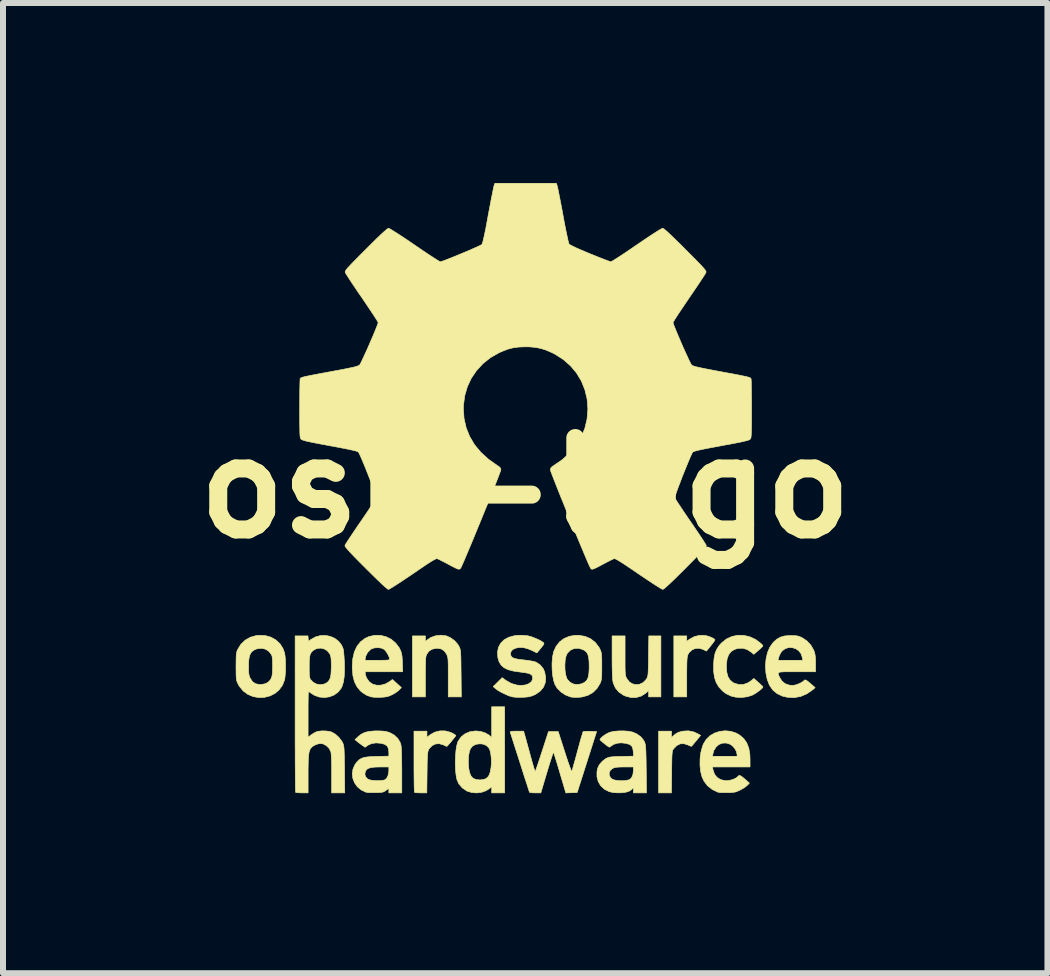
<source format=kicad_pcb>
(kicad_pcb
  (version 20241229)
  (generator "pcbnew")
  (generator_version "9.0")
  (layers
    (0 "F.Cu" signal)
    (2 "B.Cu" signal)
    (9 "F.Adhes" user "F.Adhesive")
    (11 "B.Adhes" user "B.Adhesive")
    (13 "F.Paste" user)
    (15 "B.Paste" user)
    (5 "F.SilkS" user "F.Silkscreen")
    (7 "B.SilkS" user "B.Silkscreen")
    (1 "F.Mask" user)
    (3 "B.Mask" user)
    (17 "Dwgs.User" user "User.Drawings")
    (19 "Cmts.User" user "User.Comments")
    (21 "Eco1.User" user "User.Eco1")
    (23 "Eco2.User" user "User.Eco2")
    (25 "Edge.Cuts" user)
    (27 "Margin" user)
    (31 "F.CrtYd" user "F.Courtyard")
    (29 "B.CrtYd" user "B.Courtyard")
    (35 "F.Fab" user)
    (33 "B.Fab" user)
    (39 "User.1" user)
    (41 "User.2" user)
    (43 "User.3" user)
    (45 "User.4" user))
  (footprint "osh-logo"
    (layer "F.Cu")
    (at 5.704 5.085)
    (property "Reference" "osh-logo" (at 0 0 0) (layer "F.SilkS") (effects (font (size 1.524 1.524) (thickness 0.3))))
    (attr through_hole)
    (fp_poly (pts (xy 3.019 2.461) (xy 3.066 2.474) (xy 3.11 2.492) (xy 3.144 2.51) (xy 3.161 2.526) (xy 3.162 2.53) (xy 3.155 2.545) (xy 3.134 2.575) (xy 3.105 2.613) (xy 3.091 2.63) (xy 3.02 2.717) (xy 2.968 2.691) (xy 2.903 2.67) (xy 2.839 2.673) (xy 2.781 2.696) (xy 2.733 2.74) (xy 2.715 2.77) (xy 2.708 2.785) (xy 2.703 2.806) (xy 2.699 2.833) (xy 2.696 2.871) (xy 2.694 2.922) (xy 2.693 2.991) (xy 2.692 3.08) (xy 2.692 3.146) (xy 2.692 3.48) (xy 2.477 3.48) (xy 2.477 2.464) (xy 2.692 2.464) (xy 2.692 2.553) (xy 2.743 2.517) (xy 2.822 2.474) (xy 2.911 2.454) (xy 2.975 2.454) (xy 3.019 2.461)) (stroke (width 0.01) (type solid)) (fill yes) (layer "F.SilkS"))
    (fp_poly (pts (xy 2.808 4.064) (xy 2.875 4.094) (xy 2.923 4.123) (xy 2.85 4.211) (xy 2.817 4.251) (xy 2.791 4.282) (xy 2.775 4.301) (xy 2.772 4.304) (xy 2.76 4.302) (xy 2.732 4.291) (xy 2.71 4.281) (xy 2.645 4.26) (xy 2.583 4.263) (xy 2.525 4.292) (xy 2.473 4.346) (xy 2.471 4.348) (xy 2.463 4.36) (xy 2.457 4.374) (xy 2.452 4.393) (xy 2.449 4.42) (xy 2.446 4.459) (xy 2.444 4.512) (xy 2.443 4.583) (xy 2.441 4.675) (xy 2.441 4.732) (xy 2.437 5.08) (xy 2.223 5.08) (xy 2.223 4.051) (xy 2.438 4.051) (xy 2.438 4.158) (xy 2.473 4.125) (xy 2.514 4.092) (xy 2.556 4.07) (xy 2.611 4.055) (xy 2.632 4.051) (xy 2.72 4.046) (xy 2.808 4.064)) (stroke (width 0.01) (type solid)) (fill yes) (layer "F.SilkS"))
    (fp_poly (pts (xy 1.664 2.792) (xy 1.664 2.892) (xy 1.664 2.97) (xy 1.665 3.03) (xy 1.667 3.074) (xy 1.67 3.106) (xy 1.674 3.13) (xy 1.68 3.149) (xy 1.688 3.166) (xy 1.693 3.175) (xy 1.733 3.228) (xy 1.785 3.262) (xy 1.843 3.276) (xy 1.903 3.27) (xy 1.96 3.245) (xy 2.008 3.199) (xy 2.025 3.175) (xy 2.033 3.16) (xy 2.039 3.143) (xy 2.044 3.12) (xy 2.048 3.089) (xy 2.05 3.046) (xy 2.052 2.988) (xy 2.054 2.912) (xy 2.055 2.814) (xy 2.055 2.797) (xy 2.06 2.464) (xy 2.261 2.464) (xy 2.261 3.48) (xy 2.057 3.48) (xy 2.057 3.376) (xy 2.007 3.42) (xy 1.934 3.466) (xy 1.852 3.49) (xy 1.765 3.491) (xy 1.677 3.469) (xy 1.636 3.451) (xy 1.559 3.398) (xy 1.503 3.331) (xy 1.467 3.249) (xy 1.462 3.225) (xy 1.458 3.193) (xy 1.454 3.139) (xy 1.451 3.067) (xy 1.449 2.98) (xy 1.448 2.881) (xy 1.448 2.812) (xy 1.448 2.464) (xy 1.664 2.464) (xy 1.664 2.792)) (stroke (width 0.01) (type solid)) (fill yes) (layer "F.SilkS"))
    (fp_poly (pts (xy -1.335 4.047) (xy -1.25 4.069) (xy -1.222 4.081) (xy -1.187 4.101) (xy -1.163 4.116) (xy -1.156 4.122) (xy -1.163 4.135) (xy -1.183 4.161) (xy -1.21 4.195) (xy -1.24 4.232) (xy -1.269 4.266) (xy -1.293 4.292) (xy -1.306 4.305) (xy -1.307 4.305) (xy -1.321 4.3) (xy -1.35 4.287) (xy -1.368 4.279) (xy -1.433 4.26) (xy -1.495 4.265) (xy -1.552 4.293) (xy -1.599 4.342) (xy -1.61 4.36) (xy -1.617 4.376) (xy -1.622 4.396) (xy -1.626 4.424) (xy -1.629 4.464) (xy -1.632 4.518) (xy -1.634 4.589) (xy -1.635 4.681) (xy -1.636 4.74) (xy -1.64 5.08) (xy -1.739 5.08) (xy -1.787 5.079) (xy -1.824 5.076) (xy -1.844 5.072) (xy -1.846 5.072) (xy -1.848 5.057) (xy -1.849 5.021) (xy -1.851 4.964) (xy -1.852 4.89) (xy -1.853 4.802) (xy -1.854 4.702) (xy -1.854 4.593) (xy -1.854 4.557) (xy -1.854 4.051) (xy -1.638 4.051) (xy -1.638 4.153) (xy -1.581 4.109) (xy -1.507 4.068) (xy -1.423 4.047) (xy -1.335 4.047)) (stroke (width 0.01) (type solid)) (fill yes) (layer "F.SilkS"))
    (fp_poly (pts (xy -1.328 2.461) (xy -1.313 2.464) (xy -1.244 2.495) (xy -1.178 2.543) (xy -1.125 2.603) (xy -1.105 2.636) (xy -1.096 2.654) (xy -1.089 2.672) (xy -1.083 2.691) (xy -1.079 2.716) (xy -1.076 2.749) (xy -1.074 2.794) (xy -1.072 2.853) (xy -1.071 2.93) (xy -1.07 3.028) (xy -1.069 3.089) (xy -1.065 3.48) (xy -1.283 3.48) (xy -1.283 3.152) (xy -1.283 3.052) (xy -1.283 2.974) (xy -1.284 2.915) (xy -1.286 2.87) (xy -1.289 2.837) (xy -1.294 2.813) (xy -1.3 2.794) (xy -1.307 2.776) (xy -1.311 2.768) (xy -1.35 2.713) (xy -1.401 2.681) (xy -1.466 2.67) (xy -1.49 2.671) (xy -1.557 2.687) (xy -1.609 2.723) (xy -1.641 2.77) (xy -1.648 2.785) (xy -1.654 2.806) (xy -1.658 2.833) (xy -1.66 2.871) (xy -1.662 2.922) (xy -1.663 2.991) (xy -1.664 3.08) (xy -1.664 3.146) (xy -1.664 3.48) (xy -1.88 3.48) (xy -1.88 2.464) (xy -1.664 2.464) (xy -1.664 2.557) (xy -1.635 2.531) (xy -1.572 2.489) (xy -1.494 2.462) (xy -1.41 2.452) (xy -1.328 2.461)) (stroke (width 0.01) (type solid)) (fill yes) (layer "F.SilkS"))
    (fp_poly (pts (xy 3.643 2.455) (xy 3.742 2.478) (xy 3.838 2.522) (xy 3.926 2.588) (xy 3.927 2.589) (xy 3.95 2.612) (xy 3.962 2.628) (xy 3.962 2.63) (xy 3.953 2.642) (xy 3.93 2.666) (xy 3.896 2.697) (xy 3.886 2.705) (xy 3.81 2.771) (xy 3.769 2.736) (xy 3.697 2.69) (xy 3.622 2.669) (xy 3.544 2.672) (xy 3.485 2.691) (xy 3.429 2.727) (xy 3.39 2.779) (xy 3.365 2.848) (xy 3.354 2.937) (xy 3.353 2.972) (xy 3.359 3.067) (xy 3.379 3.143) (xy 3.414 3.2) (xy 3.464 3.242) (xy 3.485 3.252) (xy 3.562 3.275) (xy 3.64 3.272) (xy 3.715 3.245) (xy 3.769 3.208) (xy 3.81 3.173) (xy 3.886 3.239) (xy 3.922 3.272) (xy 3.949 3.298) (xy 3.962 3.314) (xy 3.962 3.316) (xy 3.952 3.332) (xy 3.926 3.357) (xy 3.888 3.386) (xy 3.846 3.416) (xy 3.803 3.442) (xy 3.785 3.451) (xy 3.702 3.478) (xy 3.607 3.49) (xy 3.51 3.485) (xy 3.433 3.467) (xy 3.347 3.426) (xy 3.29 3.383) (xy 3.228 3.316) (xy 3.183 3.241) (xy 3.154 3.154) (xy 3.14 3.051) (xy 3.14 2.933) (xy 3.148 2.833) (xy 3.165 2.752) (xy 3.193 2.685) (xy 3.233 2.624) (xy 3.275 2.578) (xy 3.356 2.514) (xy 3.446 2.473) (xy 3.543 2.453) (xy 3.643 2.455)) (stroke (width 0.01) (type solid)) (fill yes) (layer "F.SilkS"))
    (fp_poly (pts (xy -0.343 5.08) (xy -0.559 5.08) (xy -0.559 4.974) (xy -0.587 5.001) (xy -0.65 5.043) (xy -0.726 5.07) (xy -0.809 5.081) (xy -0.893 5.074) (xy -0.97 5.05) (xy -0.975 5.047) (xy -1.049 4.997) (xy -1.105 4.931) (xy -1.136 4.865) (xy -1.15 4.804) (xy -1.159 4.728) (xy -1.164 4.64) (xy -1.164 4.588) (xy -0.948 4.588) (xy -0.943 4.662) (xy -0.928 4.741) (xy -0.904 4.798) (xy -0.87 4.836) (xy -0.822 4.857) (xy -0.759 4.864) (xy -0.758 4.864) (xy -0.713 4.86) (xy -0.673 4.85) (xy -0.662 4.846) (xy -0.626 4.82) (xy -0.601 4.784) (xy -0.583 4.731) (xy -0.57 4.661) (xy -0.564 4.588) (xy -0.565 4.513) (xy -0.572 4.442) (xy -0.584 4.381) (xy -0.601 4.339) (xy -0.602 4.337) (xy -0.644 4.292) (xy -0.699 4.268) (xy -0.756 4.262) (xy -0.823 4.271) (xy -0.876 4.299) (xy -0.909 4.337) (xy -0.927 4.379) (xy -0.94 4.439) (xy -0.947 4.511) (xy -0.948 4.588) (xy -1.164 4.588) (xy -1.165 4.548) (xy -1.161 4.456) (xy -1.154 4.37) (xy -1.142 4.296) (xy -1.127 4.238) (xy -1.119 4.22) (xy -1.069 4.148) (xy -1.003 4.095) (xy -0.922 4.061) (xy -0.829 4.048) (xy -0.826 4.048) (xy -0.743 4.056) (xy -0.665 4.081) (xy -0.6 4.119) (xy -0.588 4.13) (xy -0.559 4.157) (xy -0.559 3.645) (xy -0.343 3.645) (xy -0.343 5.08)) (stroke (width 0.01) (type solid)) (fill yes) (layer "F.SilkS"))
    (fp_poly (pts (xy 3.426 4.054) (xy 3.516 4.084) (xy 3.571 4.115) (xy 3.64 4.173) (xy 3.692 4.246) (xy 3.726 4.334) (xy 3.744 4.44) (xy 3.747 4.515) (xy 3.747 4.648) (xy 3.121 4.648) (xy 3.13 4.696) (xy 3.155 4.768) (xy 3.198 4.823) (xy 3.257 4.859) (xy 3.331 4.876) (xy 3.355 4.877) (xy 3.415 4.87) (xy 3.473 4.852) (xy 3.521 4.828) (xy 3.542 4.809) (xy 3.556 4.795) (xy 3.57 4.79) (xy 3.589 4.795) (xy 3.616 4.813) (xy 3.656 4.846) (xy 3.69 4.876) (xy 3.737 4.917) (xy 3.7 4.955) (xy 3.67 4.98) (xy 3.626 5.009) (xy 3.582 5.033) (xy 3.54 5.052) (xy 3.505 5.065) (xy 3.467 5.071) (xy 3.418 5.075) (xy 3.372 5.076) (xy 3.314 5.076) (xy 3.263 5.075) (xy 3.226 5.071) (xy 3.213 5.069) (xy 3.12 5.025) (xy 3.039 4.962) (xy 2.98 4.885) (xy 2.946 4.811) (xy 2.923 4.72) (xy 2.913 4.619) (xy 2.914 4.513) (xy 2.919 4.47) (xy 3.121 4.47) (xy 3.531 4.47) (xy 3.531 4.441) (xy 3.52 4.39) (xy 3.491 4.338) (xy 3.45 4.293) (xy 3.416 4.27) (xy 3.351 4.249) (xy 3.287 4.251) (xy 3.228 4.274) (xy 3.18 4.316) (xy 3.144 4.374) (xy 3.13 4.423) (xy 3.121 4.47) (xy 2.919 4.47) (xy 2.927 4.408) (xy 2.953 4.31) (xy 2.969 4.267) (xy 3.016 4.19) (xy 3.079 4.128) (xy 3.156 4.083) (xy 3.242 4.055) (xy 3.334 4.045) (xy 3.426 4.054)) (stroke (width 0.01) (type solid)) (fill yes) (layer "F.SilkS"))
    (fp_poly (pts (xy 0.896 2.454) (xy 0.999 2.472) (xy 1.09 2.512) (xy 1.167 2.572) (xy 1.228 2.651) (xy 1.249 2.691) (xy 1.259 2.715) (xy 1.266 2.739) (xy 1.271 2.769) (xy 1.274 2.809) (xy 1.276 2.864) (xy 1.276 2.938) (xy 1.276 2.972) (xy 1.276 3.054) (xy 1.275 3.115) (xy 1.273 3.16) (xy 1.268 3.194) (xy 1.262 3.22) (xy 1.253 3.243) (xy 1.249 3.253) (xy 1.196 3.34) (xy 1.127 3.408) (xy 1.043 3.455) (xy 0.945 3.482) (xy 0.893 3.487) (xy 0.84 3.488) (xy 0.791 3.486) (xy 0.758 3.482) (xy 0.756 3.481) (xy 0.671 3.448) (xy 0.595 3.398) (xy 0.533 3.336) (xy 0.495 3.272) (xy 0.472 3.201) (xy 0.456 3.112) (xy 0.448 3.014) (xy 0.447 2.953) (xy 0.661 2.953) (xy 0.663 3.029) (xy 0.672 3.1) (xy 0.688 3.159) (xy 0.703 3.19) (xy 0.749 3.238) (xy 0.808 3.267) (xy 0.874 3.275) (xy 0.942 3.261) (xy 0.967 3.25) (xy 1.005 3.226) (xy 1.032 3.193) (xy 1.051 3.149) (xy 1.061 3.09) (xy 1.066 3.011) (xy 1.066 2.972) (xy 1.064 2.884) (xy 1.056 2.817) (xy 1.042 2.768) (xy 1.019 2.732) (xy 0.986 2.705) (xy 0.957 2.69) (xy 0.886 2.67) (xy 0.818 2.674) (xy 0.757 2.699) (xy 0.708 2.746) (xy 0.694 2.767) (xy 0.676 2.815) (xy 0.665 2.879) (xy 0.661 2.953) (xy 0.447 2.953) (xy 0.447 2.914) (xy 0.455 2.819) (xy 0.471 2.737) (xy 0.474 2.726) (xy 0.515 2.637) (xy 0.573 2.563) (xy 0.648 2.507) (xy 0.737 2.47) (xy 0.836 2.454) (xy 0.896 2.454)) (stroke (width 0.01) (type solid)) (fill yes) (layer "F.SilkS"))
    (fp_poly (pts (xy -2.416 2.454) (xy -2.323 2.476) (xy -2.237 2.518) (xy -2.163 2.579) (xy -2.103 2.657) (xy -2.085 2.692) (xy -2.07 2.728) (xy -2.06 2.764) (xy -2.053 2.806) (xy -2.049 2.862) (xy -2.047 2.911) (xy -2.042 3.061) (xy -2.667 3.061) (xy -2.667 3.09) (xy -2.661 3.118) (xy -2.647 3.157) (xy -2.638 3.175) (xy -2.597 3.231) (xy -2.542 3.268) (xy -2.476 3.286) (xy -2.405 3.285) (xy -2.331 3.265) (xy -2.259 3.224) (xy -2.254 3.22) (xy -2.214 3.19) (xy -2.139 3.257) (xy -2.064 3.325) (xy -2.102 3.365) (xy -2.134 3.392) (xy -2.178 3.422) (xy -2.219 3.444) (xy -2.265 3.465) (xy -2.307 3.477) (xy -2.356 3.484) (xy -2.409 3.487) (xy -2.467 3.488) (xy -2.521 3.486) (xy -2.561 3.481) (xy -2.569 3.479) (xy -2.641 3.454) (xy -2.707 3.413) (xy -2.745 3.382) (xy -2.803 3.313) (xy -2.846 3.228) (xy -2.872 3.126) (xy -2.882 3.004) (xy -2.883 2.976) (xy -2.876 2.87) (xy -2.67 2.87) (xy -2.465 2.87) (xy -2.389 2.87) (xy -2.334 2.869) (xy -2.297 2.867) (xy -2.275 2.864) (xy -2.264 2.858) (xy -2.261 2.851) (xy -2.261 2.847) (xy -2.269 2.814) (xy -2.289 2.771) (xy -2.316 2.728) (xy -2.345 2.694) (xy -2.354 2.687) (xy -2.398 2.667) (xy -2.454 2.66) (xy -2.511 2.663) (xy -2.56 2.679) (xy -2.573 2.687) (xy -2.627 2.739) (xy -2.657 2.8) (xy -2.663 2.823) (xy -2.67 2.87) (xy -2.876 2.87) (xy -2.874 2.844) (xy -2.848 2.731) (xy -2.804 2.637) (xy -2.744 2.561) (xy -2.666 2.503) (xy -2.609 2.477) (xy -2.513 2.454) (xy -2.416 2.454)) (stroke (width 0.01) (type solid)) (fill yes) (layer "F.SilkS"))
    (fp_poly (pts (xy -4.335 2.458) (xy -4.241 2.484) (xy -4.158 2.53) (xy -4.089 2.593) (xy -4.038 2.673) (xy -4.011 2.747) (xy -4.003 2.797) (xy -3.997 2.864) (xy -3.995 2.942) (xy -3.995 3.023) (xy -3.999 3.099) (xy -4.005 3.162) (xy -4.011 3.197) (xy -4.046 3.286) (xy -4.101 3.362) (xy -4.171 3.422) (xy -4.254 3.464) (xy -4.347 3.488) (xy -4.446 3.491) (xy -4.535 3.475) (xy -4.624 3.438) (xy -4.702 3.38) (xy -4.765 3.303) (xy -4.793 3.252) (xy -4.803 3.228) (xy -4.81 3.204) (xy -4.815 3.173) (xy -4.818 3.133) (xy -4.819 3.077) (xy -4.82 3.002) (xy -4.82 2.973) (xy -4.612 2.973) (xy -4.611 3.039) (xy -4.608 3.086) (xy -4.602 3.121) (xy -4.593 3.15) (xy -4.582 3.172) (xy -4.544 3.228) (xy -4.494 3.261) (xy -4.431 3.274) (xy -4.397 3.273) (xy -4.341 3.263) (xy -4.299 3.245) (xy -4.295 3.242) (xy -4.262 3.214) (xy -4.239 3.182) (xy -4.223 3.143) (xy -4.214 3.091) (xy -4.211 3.021) (xy -4.21 2.972) (xy -4.211 2.9) (xy -4.213 2.848) (xy -4.218 2.811) (xy -4.226 2.784) (xy -4.232 2.773) (xy -4.275 2.719) (xy -4.331 2.684) (xy -4.397 2.67) (xy -4.466 2.678) (xy -4.501 2.69) (xy -4.542 2.714) (xy -4.573 2.746) (xy -4.593 2.79) (xy -4.606 2.849) (xy -4.611 2.928) (xy -4.612 2.973) (xy -4.82 2.973) (xy -4.82 2.972) (xy -4.819 2.89) (xy -4.818 2.828) (xy -4.816 2.783) (xy -4.812 2.75) (xy -4.806 2.724) (xy -4.797 2.7) (xy -4.793 2.691) (xy -4.739 2.604) (xy -4.669 2.536) (xy -4.584 2.487) (xy -4.486 2.459) (xy -4.439 2.454) (xy -4.335 2.458)) (stroke (width 0.01) (type solid)) (fill yes) (layer "F.SilkS"))
    (fp_poly (pts (xy 4.485 2.459) (xy 4.529 2.463) (xy 4.565 2.472) (xy 4.603 2.488) (xy 4.613 2.493) (xy 4.692 2.545) (xy 4.759 2.616) (xy 4.807 2.698) (xy 4.813 2.713) (xy 4.826 2.754) (xy 4.834 2.8) (xy 4.838 2.856) (xy 4.839 2.921) (xy 4.839 3.061) (xy 4.528 3.061) (xy 4.428 3.061) (xy 4.351 3.061) (xy 4.294 3.063) (xy 4.255 3.066) (xy 4.23 3.072) (xy 4.219 3.082) (xy 4.217 3.096) (xy 4.223 3.115) (xy 4.233 3.14) (xy 4.236 3.147) (xy 4.276 3.213) (xy 4.33 3.259) (xy 4.399 3.284) (xy 4.458 3.289) (xy 4.498 3.283) (xy 4.547 3.267) (xy 4.596 3.245) (xy 4.634 3.221) (xy 4.646 3.209) (xy 4.657 3.199) (xy 4.671 3.198) (xy 4.69 3.207) (xy 4.72 3.229) (xy 4.763 3.266) (xy 4.782 3.282) (xy 4.832 3.326) (xy 4.794 3.359) (xy 4.697 3.427) (xy 4.593 3.472) (xy 4.485 3.492) (xy 4.373 3.487) (xy 4.289 3.468) (xy 4.2 3.427) (xy 4.128 3.367) (xy 4.072 3.288) (xy 4.033 3.189) (xy 4.012 3.085) (xy 4.004 2.964) (xy 4.012 2.87) (xy 4.214 2.87) (xy 4.626 2.87) (xy 4.618 2.823) (xy 4.597 2.76) (xy 4.559 2.712) (xy 4.51 2.678) (xy 4.452 2.66) (xy 4.393 2.658) (xy 4.336 2.675) (xy 4.285 2.711) (xy 4.261 2.742) (xy 4.24 2.782) (xy 4.225 2.822) (xy 4.223 2.829) (xy 4.214 2.87) (xy 4.012 2.87) (xy 4.014 2.849) (xy 4.038 2.743) (xy 4.077 2.652) (xy 4.129 2.578) (xy 4.135 2.571) (xy 4.193 2.519) (xy 4.253 2.485) (xy 4.321 2.465) (xy 4.404 2.458) (xy 4.426 2.458) (xy 4.485 2.459)) (stroke (width 0.01) (type solid)) (fill yes) (layer "F.SilkS"))
    (fp_poly (pts (xy -2.393 4.049) (xy -2.339 4.054) (xy -2.294 4.064) (xy -2.258 4.076) (xy -2.184 4.116) (xy -2.125 4.171) (xy -2.085 4.238) (xy -2.071 4.281) (xy -2.067 4.312) (xy -2.064 4.365) (xy -2.061 4.437) (xy -2.059 4.524) (xy -2.058 4.623) (xy -2.057 4.712) (xy -2.057 5.08) (xy -2.273 5.08) (xy -2.273 5.003) (xy -2.32 5.038) (xy -2.343 5.054) (xy -2.366 5.065) (xy -2.394 5.071) (xy -2.436 5.074) (xy -2.494 5.076) (xy -2.552 5.076) (xy -2.604 5.075) (xy -2.642 5.071) (xy -2.654 5.069) (xy -2.734 5.031) (xy -2.798 4.978) (xy -2.844 4.913) (xy -2.873 4.839) (xy -2.882 4.762) (xy -2.881 4.759) (xy -2.673 4.759) (xy -2.665 4.804) (xy -2.636 4.841) (xy -2.612 4.856) (xy -2.576 4.867) (xy -2.523 4.874) (xy -2.463 4.877) (xy -2.405 4.875) (xy -2.358 4.868) (xy -2.343 4.864) (xy -2.311 4.839) (xy -2.288 4.795) (xy -2.275 4.737) (xy -2.273 4.706) (xy -2.273 4.648) (xy -2.415 4.648) (xy -2.498 4.65) (xy -2.56 4.656) (xy -2.605 4.668) (xy -2.636 4.685) (xy -2.658 4.711) (xy -2.66 4.714) (xy -2.673 4.759) (xy -2.881 4.759) (xy -2.871 4.684) (xy -2.838 4.609) (xy -2.802 4.561) (xy -2.772 4.532) (xy -2.739 4.51) (xy -2.7 4.494) (xy -2.65 4.483) (xy -2.585 4.477) (xy -2.5 4.473) (xy -2.473 4.473) (xy -2.273 4.468) (xy -2.273 4.4) (xy -2.28 4.34) (xy -2.302 4.298) (xy -2.342 4.271) (xy -2.4 4.254) (xy -2.486 4.247) (xy -2.561 4.258) (xy -2.622 4.286) (xy -2.626 4.289) (xy -2.668 4.32) (xy -2.715 4.288) (xy -2.755 4.259) (xy -2.794 4.229) (xy -2.8 4.224) (xy -2.838 4.193) (xy -2.785 4.143) (xy -2.733 4.102) (xy -2.675 4.073) (xy -2.605 4.056) (xy -2.519 4.048) (xy -2.464 4.047) (xy -2.393 4.049)) (stroke (width 0.01) (type solid)) (fill yes) (layer "F.SilkS"))
    (fp_poly (pts (xy -0.003 2.457) (xy 0.044 2.462) (xy 0.1 2.477) (xy 0.164 2.501) (xy 0.227 2.529) (xy 0.278 2.557) (xy 0.297 2.571) (xy 0.308 2.58) (xy 0.312 2.589) (xy 0.309 2.603) (xy 0.295 2.624) (xy 0.269 2.657) (xy 0.23 2.705) (xy 0.225 2.71) (xy 0.195 2.747) (xy 0.112 2.706) (xy 0.048 2.68) (xy -0.016 2.662) (xy -0.042 2.658) (xy -0.111 2.658) (xy -0.169 2.671) (xy -0.213 2.695) (xy -0.239 2.729) (xy -0.245 2.769) (xy -0.24 2.79) (xy -0.228 2.812) (xy -0.207 2.828) (xy -0.173 2.841) (xy -0.122 2.852) (xy -0.052 2.861) (xy -0.016 2.865) (xy 0.048 2.873) (xy 0.108 2.883) (xy 0.155 2.893) (xy 0.182 2.902) (xy 0.249 2.947) (xy 0.299 3.008) (xy 0.324 3.064) (xy 0.341 3.158) (xy 0.334 3.243) (xy 0.304 3.319) (xy 0.251 3.383) (xy 0.177 3.435) (xy 0.151 3.448) (xy 0.102 3.467) (xy 0.056 3.479) (xy 0.001 3.485) (xy -0.044 3.487) (xy -0.104 3.488) (xy -0.161 3.486) (xy -0.206 3.481) (xy -0.215 3.479) (xy -0.268 3.464) (xy -0.331 3.437) (xy -0.397 3.405) (xy -0.455 3.372) (xy -0.493 3.344) (xy -0.534 3.308) (xy -0.459 3.234) (xy -0.384 3.16) (xy -0.319 3.207) (xy -0.23 3.257) (xy -0.136 3.284) (xy -0.065 3.289) (xy 0.004 3.281) (xy 0.06 3.26) (xy 0.101 3.229) (xy 0.123 3.189) (xy 0.122 3.146) (xy 0.113 3.123) (xy 0.096 3.106) (xy 0.067 3.092) (xy 0.022 3.081) (xy -0.041 3.072) (xy -0.094 3.065) (xy -0.202 3.049) (xy -0.288 3.026) (xy -0.354 2.993) (xy -0.402 2.95) (xy -0.435 2.896) (xy -0.456 2.827) (xy -0.456 2.825) (xy -0.462 2.735) (xy -0.446 2.654) (xy -0.408 2.585) (xy -0.351 2.528) (xy -0.275 2.487) (xy -0.182 2.461) (xy -0.127 2.455) (xy -0.066 2.453) (xy -0.003 2.457)) (stroke (width 0.01) (type solid)) (fill yes) (layer "F.SilkS"))
    (fp_poly (pts (xy -0.008 4.115) (xy 0.000434 4.147) (xy 0.015 4.198) (xy 0.033 4.264) (xy 0.054 4.341) (xy 0.077 4.424) (xy 0.084 4.452) (xy 0.106 4.531) (xy 0.126 4.601) (xy 0.143 4.658) (xy 0.156 4.7) (xy 0.164 4.722) (xy 0.165 4.724) (xy 0.171 4.713) (xy 0.183 4.68) (xy 0.201 4.629) (xy 0.223 4.564) (xy 0.249 4.486) (xy 0.277 4.4) (xy 0.28 4.391) (xy 0.388 4.058) (xy 0.55 4.058) (xy 0.659 4.397) (xy 0.687 4.484) (xy 0.713 4.562) (xy 0.736 4.627) (xy 0.755 4.678) (xy 0.768 4.71) (xy 0.776 4.721) (xy 0.776 4.721) (xy 0.782 4.705) (xy 0.793 4.668) (xy 0.808 4.613) (xy 0.828 4.544) (xy 0.85 4.464) (xy 0.87 4.388) (xy 0.894 4.302) (xy 0.915 4.224) (xy 0.934 4.157) (xy 0.95 4.106) (xy 0.96 4.072) (xy 0.965 4.06) (xy 0.981 4.056) (xy 1.016 4.054) (xy 1.063 4.053) (xy 1.082 4.054) (xy 1.19 4.058) (xy 1.028 4.566) (xy 0.866 5.074) (xy 0.771 5.077) (xy 0.677 5.081) (xy 0.578 4.747) (xy 0.552 4.659) (xy 0.528 4.579) (xy 0.507 4.511) (xy 0.49 4.457) (xy 0.478 4.42) (xy 0.472 4.405) (xy 0.471 4.404) (xy 0.466 4.414) (xy 0.454 4.445) (xy 0.438 4.494) (xy 0.417 4.558) (xy 0.393 4.636) (xy 0.367 4.722) (xy 0.362 4.738) (xy 0.26 5.08) (xy 0.169 5.08) (xy 0.124 5.079) (xy 0.089 5.076) (xy 0.072 5.071) (xy 0.072 5.07) (xy 0.067 5.057) (xy 0.055 5.021) (xy 0.038 4.967) (xy 0.015 4.896) (xy -0.013 4.812) (xy -0.043 4.716) (xy -0.076 4.612) (xy -0.089 4.572) (xy -0.123 4.465) (xy -0.155 4.366) (xy -0.184 4.276) (xy -0.208 4.199) (xy -0.228 4.137) (xy -0.242 4.093) (xy -0.25 4.07) (xy -0.251 4.067) (xy -0.247 4.059) (xy -0.227 4.054) (xy -0.187 4.052) (xy -0.142 4.051) (xy -0.027 4.051) (xy -0.008 4.115)) (stroke (width 0.01) (type solid)) (fill yes) (layer "F.SilkS"))
    (fp_poly (pts (xy 1.722 4.053) (xy 1.79 4.067) (xy 1.791 4.067) (xy 1.864 4.1) (xy 1.928 4.147) (xy 1.975 4.205) (xy 1.989 4.232) (xy 1.995 4.25) (xy 2.001 4.271) (xy 2.005 4.299) (xy 2.008 4.337) (xy 2.011 4.386) (xy 2.013 4.452) (xy 2.015 4.535) (xy 2.016 4.64) (xy 2.017 4.683) (xy 2.021 5.08) (xy 1.803 5.08) (xy 1.803 5.032) (xy 1.802 5.003) (xy 1.797 4.997) (xy 1.789 5.008) (xy 1.769 5.028) (xy 1.736 5.049) (xy 1.723 5.056) (xy 1.673 5.07) (xy 1.607 5.078) (xy 1.535 5.079) (xy 1.464 5.074) (xy 1.405 5.061) (xy 1.398 5.059) (xy 1.319 5.019) (xy 1.259 4.963) (xy 1.217 4.893) (xy 1.196 4.812) (xy 1.196 4.743) (xy 1.4 4.743) (xy 1.401 4.787) (xy 1.423 4.828) (xy 1.451 4.852) (xy 1.491 4.866) (xy 1.546 4.875) (xy 1.608 4.878) (xy 1.669 4.875) (xy 1.72 4.865) (xy 1.74 4.858) (xy 1.773 4.827) (xy 1.795 4.775) (xy 1.803 4.706) (xy 1.803 4.696) (xy 1.803 4.648) (xy 1.654 4.648) (xy 1.583 4.649) (xy 1.531 4.652) (xy 1.494 4.658) (xy 1.466 4.668) (xy 1.461 4.67) (xy 1.42 4.702) (xy 1.4 4.743) (xy 1.196 4.743) (xy 1.196 4.724) (xy 1.207 4.67) (xy 1.234 4.613) (xy 1.28 4.558) (xy 1.337 4.513) (xy 1.351 4.505) (xy 1.374 4.494) (xy 1.399 4.486) (xy 1.431 4.481) (xy 1.474 4.477) (xy 1.534 4.474) (xy 1.605 4.473) (xy 1.806 4.468) (xy 1.801 4.393) (xy 1.792 4.335) (xy 1.773 4.296) (xy 1.738 4.272) (xy 1.683 4.256) (xy 1.676 4.254) (xy 1.598 4.246) (xy 1.527 4.253) (xy 1.469 4.274) (xy 1.449 4.288) (xy 1.423 4.307) (xy 1.405 4.318) (xy 1.404 4.318) (xy 1.389 4.311) (xy 1.361 4.292) (xy 1.327 4.266) (xy 1.293 4.238) (xy 1.264 4.213) (xy 1.247 4.196) (xy 1.245 4.192) (xy 1.255 4.173) (xy 1.282 4.147) (xy 1.32 4.118) (xy 1.362 4.092) (xy 1.403 4.073) (xy 1.411 4.07) (xy 1.476 4.055) (xy 1.555 4.048) (xy 1.64 4.047) (xy 1.722 4.053)) (stroke (width 0.01) (type solid)) (fill yes) (layer "F.SilkS"))
    (fp_poly (pts (xy -3.248 2.472) (xy -3.174 2.505) (xy -3.11 2.554) (xy -3.061 2.617) (xy -3.035 2.678) (xy -3.029 2.708) (xy -3.024 2.756) (xy -3.019 2.818) (xy -3.015 2.887) (xy -3.014 2.908) (xy -3.012 3.041) (xy -3.018 3.151) (xy -3.032 3.239) (xy -3.054 3.308) (xy -3.067 3.335) (xy -3.119 3.4) (xy -3.186 3.449) (xy -3.264 3.479) (xy -3.347 3.491) (xy -3.431 3.483) (xy -3.512 3.455) (xy -3.564 3.422) (xy -3.591 3.403) (xy -3.61 3.392) (xy -3.612 3.391) (xy -3.614 3.403) (xy -3.616 3.438) (xy -3.617 3.491) (xy -3.618 3.561) (xy -3.619 3.644) (xy -3.619 3.736) (xy -3.619 3.772) (xy -3.619 4.153) (xy -3.562 4.109) (xy -3.52 4.082) (xy -3.478 4.061) (xy -3.457 4.055) (xy -3.394 4.047) (xy -3.325 4.048) (xy -3.262 4.056) (xy -3.224 4.067) (xy -3.163 4.103) (xy -3.105 4.156) (xy -3.059 4.216) (xy -3.046 4.239) (xy -3.037 4.257) (xy -3.031 4.275) (xy -3.026 4.296) (xy -3.022 4.323) (xy -3.019 4.359) (xy -3.017 4.407) (xy -3.015 4.471) (xy -3.014 4.554) (xy -3.012 4.658) (xy -3.012 4.689) (xy -3.008 5.08) (xy -3.226 5.08) (xy -3.226 4.761) (xy -3.226 4.641) (xy -3.228 4.543) (xy -3.232 4.468) (xy -3.236 4.416) (xy -3.241 4.392) (xy -3.268 4.339) (xy -3.313 4.294) (xy -3.366 4.265) (xy -3.386 4.26) (xy -3.439 4.26) (xy -3.496 4.278) (xy -3.546 4.307) (xy -3.572 4.333) (xy -3.586 4.354) (xy -3.596 4.381) (xy -3.605 4.415) (xy -3.611 4.46) (xy -3.615 4.519) (xy -3.617 4.595) (xy -3.619 4.691) (xy -3.619 4.778) (xy -3.619 5.08) (xy -3.719 5.08) (xy -3.767 5.079) (xy -3.805 5.076) (xy -3.825 5.072) (xy -3.827 5.072) (xy -3.828 5.058) (xy -3.829 5.021) (xy -3.83 4.961) (xy -3.831 4.882) (xy -3.832 4.783) (xy -3.833 4.668) (xy -3.834 4.538) (xy -3.834 4.394) (xy -3.835 4.238) (xy -3.835 4.072) (xy -3.835 3.898) (xy -3.835 3.763) (xy -3.835 2.979) (xy -3.6 2.979) (xy -3.6 3.053) (xy -3.598 3.106) (xy -3.595 3.143) (xy -3.589 3.169) (xy -3.58 3.188) (xy -3.578 3.192) (xy -3.533 3.238) (xy -3.476 3.267) (xy -3.412 3.277) (xy -3.349 3.266) (xy -3.317 3.251) (xy -3.285 3.226) (xy -3.262 3.195) (xy -3.246 3.153) (xy -3.237 3.096) (xy -3.233 3.02) (xy -3.232 2.972) (xy -3.233 2.902) (xy -3.235 2.852) (xy -3.239 2.816) (xy -3.247 2.788) (xy -3.258 2.762) (xy -3.258 2.762) (xy -3.297 2.713) (xy -3.35 2.681) (xy -3.41 2.667) (xy -3.471 2.674) (xy -3.519 2.696) (xy -3.549 2.719) (xy -3.57 2.744) (xy -3.585 2.775) (xy -3.594 2.818) (xy -3.599 2.875) (xy -3.6 2.953) (xy -3.6 2.979) (xy -3.835 2.979) (xy -3.835 2.464) (xy -3.621 2.464) (xy -3.613 2.554) (xy -3.57 2.522) (xy -3.494 2.48) (xy -3.412 2.458) (xy -3.329 2.456) (xy -3.248 2.472)) (stroke (width 0.01) (type solid)) (fill yes) (layer "F.SilkS"))
    (fp_poly (pts (xy 0.531 -5.045) (xy 0.536 -5.025) (xy 0.546 -4.983) (xy 0.558 -4.922) (xy 0.573 -4.845) (xy 0.591 -4.755) (xy 0.61 -4.656) (xy 0.629 -4.553) (xy 0.648 -4.447) (xy 0.667 -4.349) (xy 0.685 -4.261) (xy 0.701 -4.186) (xy 0.714 -4.127) (xy 0.724 -4.087) (xy 0.73 -4.069) (xy 0.749 -4.054) (xy 0.792 -4.032) (xy 0.858 -4) (xy 0.949 -3.961) (xy 1.063 -3.913) (xy 1.077 -3.907) (xy 1.164 -3.872) (xy 1.243 -3.84) (xy 1.313 -3.813) (xy 1.368 -3.792) (xy 1.408 -3.778) (xy 1.427 -3.772) (xy 1.428 -3.772) (xy 1.443 -3.779) (xy 1.476 -3.799) (xy 1.525 -3.83) (xy 1.589 -3.871) (xy 1.663 -3.92) (xy 1.746 -3.976) (xy 1.836 -4.038) (xy 1.856 -4.051) (xy 1.948 -4.114) (xy 2.034 -4.172) (xy 2.111 -4.223) (xy 2.178 -4.266) (xy 2.231 -4.299) (xy 2.269 -4.321) (xy 2.289 -4.33) (xy 2.291 -4.331) (xy 2.306 -4.324) (xy 2.334 -4.302) (xy 2.376 -4.265) (xy 2.432 -4.212) (xy 2.504 -4.142) (xy 2.593 -4.056) (xy 2.671 -3.977) (xy 2.76 -3.888) (xy 2.832 -3.815) (xy 2.89 -3.756) (xy 2.934 -3.71) (xy 2.967 -3.674) (xy 2.99 -3.648) (xy 3.004 -3.628) (xy 3.012 -3.614) (xy 3.014 -3.603) (xy 3.012 -3.594) (xy 3.011 -3.591) (xy 3.001 -3.573) (xy 2.979 -3.537) (xy 2.945 -3.485) (xy 2.902 -3.42) (xy 2.851 -3.344) (xy 2.794 -3.26) (xy 2.733 -3.171) (xy 2.731 -3.168) (xy 2.671 -3.079) (xy 2.615 -2.996) (xy 2.565 -2.922) (xy 2.524 -2.859) (xy 2.492 -2.809) (xy 2.472 -2.775) (xy 2.464 -2.76) (xy 2.464 -2.759) (xy 2.469 -2.74) (xy 2.483 -2.701) (xy 2.505 -2.646) (xy 2.532 -2.58) (xy 2.564 -2.505) (xy 2.598 -2.425) (xy 2.633 -2.345) (xy 2.668 -2.267) (xy 2.701 -2.196) (xy 2.729 -2.135) (xy 2.752 -2.088) (xy 2.769 -2.058) (xy 2.774 -2.051) (xy 2.787 -2.042) (xy 2.808 -2.034) (xy 2.841 -2.024) (xy 2.888 -2.013) (xy 2.952 -1.999) (xy 3.033 -1.983) (xy 3.136 -1.963) (xy 3.233 -1.945) (xy 3.361 -1.921) (xy 3.466 -1.902) (xy 3.55 -1.886) (xy 3.617 -1.872) (xy 3.667 -1.862) (xy 3.704 -1.853) (xy 3.73 -1.846) (xy 3.747 -1.839) (xy 3.756 -1.833) (xy 3.762 -1.827) (xy 3.764 -1.821) (xy 3.766 -1.804) (xy 3.768 -1.765) (xy 3.769 -1.706) (xy 3.77 -1.631) (xy 3.771 -1.541) (xy 3.772 -1.441) (xy 3.772 -1.334) (xy 3.772 -1.321) (xy 3.772 -1.197) (xy 3.772 -1.096) (xy 3.771 -1.016) (xy 3.77 -0.953) (xy 3.768 -0.906) (xy 3.766 -0.871) (xy 3.763 -0.847) (xy 3.759 -0.831) (xy 3.754 -0.821) (xy 3.75 -0.816) (xy 3.74 -0.808) (xy 3.722 -0.8) (xy 3.693 -0.791) (xy 3.651 -0.781) (xy 3.595 -0.768) (xy 3.521 -0.753) (xy 3.427 -0.735) (xy 3.311 -0.714) (xy 3.271 -0.706) (xy 3.141 -0.682) (xy 3.035 -0.662) (xy 2.951 -0.645) (xy 2.887 -0.631) (xy 2.84 -0.619) (xy 2.81 -0.609) (xy 2.794 -0.601) (xy 2.793 -0.6) (xy 2.782 -0.582) (xy 2.764 -0.544) (xy 2.74 -0.49) (xy 2.712 -0.423) (xy 2.681 -0.347) (xy 2.648 -0.266) (xy 2.615 -0.183) (xy 2.584 -0.101) (xy 2.554 -0.024) (xy 2.529 0.044) (xy 2.51 0.1) (xy 2.497 0.14) (xy 2.492 0.161) (xy 2.492 0.162) (xy 2.501 0.177) (xy 2.522 0.211) (xy 2.554 0.261) (xy 2.596 0.323) (xy 2.645 0.397) (xy 2.7 0.478) (xy 2.753 0.555) (xy 2.813 0.643) (xy 2.868 0.724) (xy 2.917 0.797) (xy 2.958 0.859) (xy 2.989 0.908) (xy 3.009 0.94) (xy 3.017 0.954) (xy 3.017 0.963) (xy 3.01 0.976) (xy 2.997 0.996) (xy 2.974 1.024) (xy 2.941 1.06) (xy 2.895 1.108) (xy 2.836 1.169) (xy 2.762 1.244) (xy 2.672 1.335) (xy 2.569 1.437) (xy 2.482 1.523) (xy 2.411 1.591) (xy 2.356 1.641) (xy 2.317 1.674) (xy 2.296 1.688) (xy 2.293 1.689) (xy 2.276 1.682) (xy 2.242 1.662) (xy 2.192 1.631) (xy 2.128 1.59) (xy 2.054 1.541) (xy 1.972 1.486) (xy 1.887 1.429) (xy 1.782 1.357) (xy 1.696 1.299) (xy 1.628 1.254) (xy 1.574 1.22) (xy 1.534 1.196) (xy 1.506 1.182) (xy 1.488 1.176) (xy 1.481 1.176) (xy 1.46 1.185) (xy 1.422 1.203) (xy 1.372 1.229) (xy 1.314 1.259) (xy 1.303 1.265) (xy 1.234 1.302) (xy 1.183 1.328) (xy 1.147 1.344) (xy 1.123 1.352) (xy 1.108 1.352) (xy 1.097 1.345) (xy 1.088 1.332) (xy 1.087 1.331) (xy 1.077 1.311) (xy 1.058 1.27) (xy 1.032 1.211) (xy 1 1.135) (xy 0.963 1.047) (xy 0.921 0.947) (xy 0.876 0.838) (xy 0.828 0.723) (xy 0.779 0.603) (xy 0.729 0.482) (xy 0.68 0.361) (xy 0.633 0.244) (xy 0.587 0.132) (xy 0.545 0.027) (xy 0.508 -0.067) (xy 0.476 -0.149) (xy 0.45 -0.216) (xy 0.431 -0.266) (xy 0.421 -0.296) (xy 0.419 -0.304) (xy 0.425 -0.332) (xy 0.445 -0.355) (xy 0.467 -0.37) (xy 0.617 -0.473) (xy 0.745 -0.589) (xy 0.851 -0.715) (xy 0.934 -0.851) (xy 0.994 -0.997) (xy 1.031 -1.152) (xy 1.044 -1.316) (xy 1.044 -1.327) (xy 1.031 -1.487) (xy 0.994 -1.64) (xy 0.936 -1.784) (xy 0.856 -1.917) (xy 0.756 -2.036) (xy 0.638 -2.141) (xy 0.502 -2.228) (xy 0.452 -2.254) (xy 0.352 -2.298) (xy 0.262 -2.327) (xy 0.171 -2.345) (xy 0.071 -2.354) (xy 0.006 -2.355) (xy -0.104 -2.351) (xy -0.198 -2.339) (xy -0.288 -2.316) (xy -0.381 -2.28) (xy -0.44 -2.254) (xy -0.581 -2.173) (xy -0.705 -2.074) (xy -0.811 -1.959) (xy -0.898 -1.831) (xy -0.964 -1.691) (xy -1.008 -1.541) (xy -1.029 -1.383) (xy -1.031 -1.327) (xy -1.02 -1.163) (xy -0.985 -1.007) (xy -0.926 -0.86) (xy -0.845 -0.723) (xy -0.74 -0.597) (xy -0.613 -0.481) (xy -0.465 -0.376) (xy -0.454 -0.37) (xy -0.422 -0.346) (xy -0.408 -0.322) (xy -0.406 -0.304) (xy -0.411 -0.287) (xy -0.425 -0.249) (xy -0.446 -0.193) (xy -0.474 -0.12) (xy -0.509 -0.033) (xy -0.548 0.065) (xy -0.591 0.173) (xy -0.637 0.288) (xy -0.686 0.406) (xy -0.735 0.528) (xy -0.785 0.648) (xy -0.833 0.766) (xy -0.88 0.88) (xy -0.924 0.985) (xy -0.965 1.081) (xy -1 1.165) (xy -1.03 1.235) (xy -1.053 1.287) (xy -1.069 1.321) (xy -1.074 1.331) (xy -1.084 1.344) (xy -1.094 1.351) (xy -1.109 1.352) (xy -1.132 1.346) (xy -1.166 1.33) (xy -1.216 1.305) (xy -1.283 1.269) (xy -1.291 1.265) (xy -1.349 1.234) (xy -1.401 1.208) (xy -1.441 1.188) (xy -1.466 1.177) (xy -1.468 1.176) (xy -1.48 1.177) (xy -1.5 1.185) (xy -1.532 1.202) (xy -1.575 1.228) (xy -1.633 1.265) (xy -1.706 1.314) (xy -1.797 1.376) (xy -1.874 1.429) (xy -1.962 1.488) (xy -2.044 1.543) (xy -2.118 1.592) (xy -2.181 1.632) (xy -2.231 1.663) (xy -2.265 1.683) (xy -2.28 1.689) (xy -2.297 1.68) (xy -2.33 1.652) (xy -2.381 1.607) (xy -2.447 1.544) (xy -2.53 1.463) (xy -2.628 1.366) (xy -2.659 1.335) (xy -2.75 1.244) (xy -2.824 1.169) (xy -2.883 1.108) (xy -2.928 1.06) (xy -2.961 1.023) (xy -2.984 0.996) (xy -2.998 0.976) (xy -3.004 0.963) (xy -3.004 0.954) (xy -2.995 0.937) (xy -2.973 0.902) (xy -2.94 0.852) (xy -2.898 0.788) (xy -2.848 0.714) (xy -2.793 0.632) (xy -2.74 0.555) (xy -2.681 0.469) (xy -2.626 0.388) (xy -2.578 0.315) (xy -2.537 0.254) (xy -2.506 0.206) (xy -2.486 0.175) (xy -2.479 0.162) (xy -2.483 0.145) (xy -2.494 0.108) (xy -2.513 0.055) (xy -2.537 -0.011) (xy -2.565 -0.087) (xy -2.597 -0.168) (xy -2.63 -0.251) (xy -2.662 -0.333) (xy -2.694 -0.41) (xy -2.723 -0.479) (xy -2.747 -0.535) (xy -2.767 -0.576) (xy -2.779 -0.598) (xy -2.78 -0.6) (xy -2.793 -0.608) (xy -2.82 -0.617) (xy -2.863 -0.628) (xy -2.924 -0.642) (xy -3.004 -0.658) (xy -3.106 -0.678) (xy -3.23 -0.701) (xy -3.258 -0.706) (xy -3.381 -0.729) (xy -3.481 -0.748) (xy -3.561 -0.764) (xy -3.623 -0.777) (xy -3.669 -0.788) (xy -3.701 -0.798) (xy -3.722 -0.806) (xy -3.735 -0.813) (xy -3.737 -0.816) (xy -3.743 -0.824) (xy -3.747 -0.836) (xy -3.751 -0.854) (xy -3.754 -0.881) (xy -3.756 -0.92) (xy -3.757 -0.972) (xy -3.758 -1.04) (xy -3.759 -1.127) (xy -3.759 -1.235) (xy -3.759 -1.321) (xy -3.759 -1.43) (xy -3.758 -1.531) (xy -3.758 -1.621) (xy -3.756 -1.699) (xy -3.755 -1.759) (xy -3.753 -1.801) (xy -3.752 -1.821) (xy -3.752 -1.821) (xy -3.748 -1.828) (xy -3.742 -1.834) (xy -3.731 -1.841) (xy -3.712 -1.847) (xy -3.684 -1.855) (xy -3.644 -1.864) (xy -3.59 -1.875) (xy -3.52 -1.889) (xy -3.431 -1.906) (xy -3.321 -1.926) (xy -3.22 -1.945) (xy -3.1 -1.967) (xy -3.002 -1.986) (xy -2.924 -2.002) (xy -2.864 -2.015) (xy -2.82 -2.026) (xy -2.79 -2.036) (xy -2.771 -2.044) (xy -2.761 -2.051) (xy -2.75 -2.068) (xy -2.731 -2.105) (xy -2.706 -2.158) (xy -2.676 -2.223) (xy -2.642 -2.297) (xy -2.607 -2.376) (xy -2.572 -2.457) (xy -2.538 -2.535) (xy -2.508 -2.607) (xy -2.483 -2.669) (xy -2.464 -2.718) (xy -2.453 -2.75) (xy -2.451 -2.759) (xy -2.458 -2.774) (xy -2.478 -2.807) (xy -2.509 -2.855) (xy -2.55 -2.918) (xy -2.599 -2.991) (xy -2.654 -3.073) (xy -2.714 -3.162) (xy -2.718 -3.168) (xy -2.78 -3.257) (xy -2.837 -3.342) (xy -2.888 -3.418) (xy -2.931 -3.483) (xy -2.965 -3.536) (xy -2.988 -3.572) (xy -2.998 -3.591) (xy -2.998 -3.591) (xy -3.001 -3.6) (xy -3 -3.61) (xy -2.994 -3.623) (xy -2.982 -3.641) (xy -2.962 -3.666) (xy -2.932 -3.698) (xy -2.892 -3.741) (xy -2.838 -3.796) (xy -2.77 -3.865) (xy -2.686 -3.949) (xy -2.658 -3.977) (xy -2.557 -4.078) (xy -2.473 -4.161) (xy -2.405 -4.226) (xy -2.352 -4.275) (xy -2.313 -4.308) (xy -2.288 -4.327) (xy -2.278 -4.331) (xy -2.261 -4.324) (xy -2.227 -4.304) (xy -2.176 -4.272) (xy -2.111 -4.231) (xy -2.035 -4.181) (xy -1.951 -4.125) (xy -1.86 -4.063) (xy -1.843 -4.051) (xy -1.752 -3.989) (xy -1.668 -3.932) (xy -1.591 -3.881) (xy -1.525 -3.838) (xy -1.473 -3.805) (xy -1.436 -3.782) (xy -1.417 -3.772) (xy -1.415 -3.772) (xy -1.396 -3.777) (xy -1.357 -3.79) (xy -1.303 -3.811) (xy -1.236 -3.837) (xy -1.162 -3.867) (xy -1.083 -3.9) (xy -1.003 -3.933) (xy -0.927 -3.965) (xy -0.858 -3.996) (xy -0.799 -4.022) (xy -0.754 -4.043) (xy -0.728 -4.057) (xy -0.723 -4.061) (xy -0.715 -4.076) (xy -0.705 -4.11) (xy -0.692 -4.164) (xy -0.676 -4.238) (xy -0.656 -4.334) (xy -0.634 -4.453) (xy -0.617 -4.547) (xy -0.597 -4.653) (xy -0.578 -4.753) (xy -0.561 -4.843) (xy -0.545 -4.92) (xy -0.533 -4.982) (xy -0.524 -5.024) (xy -0.518 -5.045) (xy -0.518 -5.045) (xy -0.505 -5.08) (xy 0.518 -5.08) (xy 0.531 -5.045)) (stroke (width 0.01) (type solid)) (fill yes) (layer "F.SilkS")))
  (gr_rect
    (start -3 -3)
    (end 14.408 13.171)
    (stroke (width 0.1) (type default))
    (fill no)
    (layer "Edge.Cuts")))
</source>
